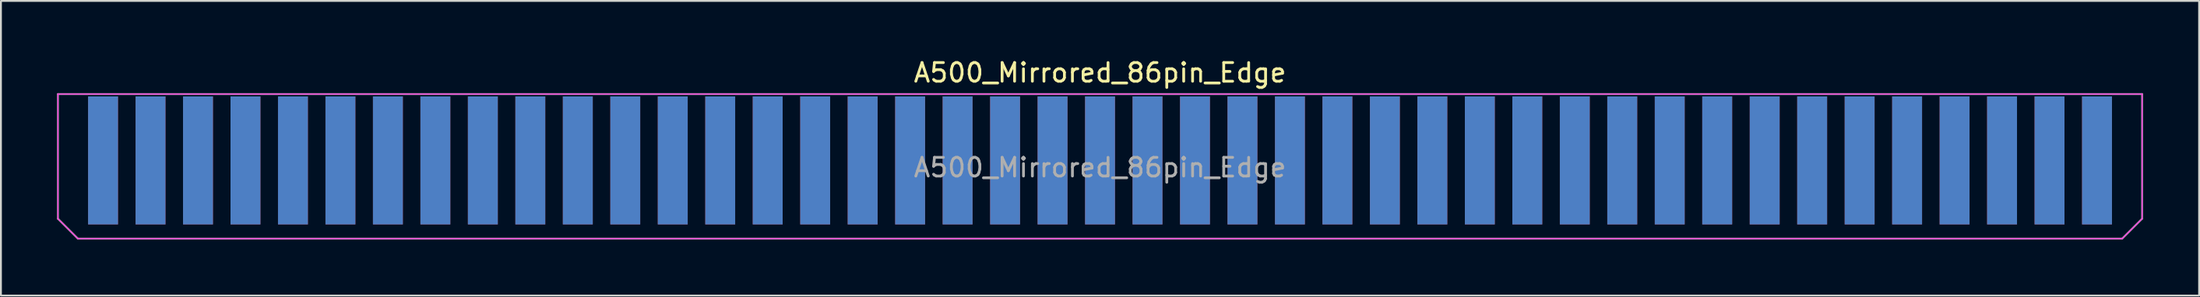
<source format=kicad_pcb>
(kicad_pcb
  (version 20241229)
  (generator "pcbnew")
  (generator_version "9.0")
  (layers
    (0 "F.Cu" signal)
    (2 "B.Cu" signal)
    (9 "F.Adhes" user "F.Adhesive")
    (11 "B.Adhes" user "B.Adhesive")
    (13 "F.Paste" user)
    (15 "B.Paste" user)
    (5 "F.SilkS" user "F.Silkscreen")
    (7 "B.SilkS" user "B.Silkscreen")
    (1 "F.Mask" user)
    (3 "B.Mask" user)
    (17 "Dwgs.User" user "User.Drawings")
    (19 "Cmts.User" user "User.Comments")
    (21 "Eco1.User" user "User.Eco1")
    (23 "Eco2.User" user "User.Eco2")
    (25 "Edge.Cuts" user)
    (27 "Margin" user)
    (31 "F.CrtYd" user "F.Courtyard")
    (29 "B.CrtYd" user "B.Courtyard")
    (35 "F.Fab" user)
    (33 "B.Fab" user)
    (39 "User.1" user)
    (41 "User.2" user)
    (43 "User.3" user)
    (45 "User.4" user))
  (footprint "A500_Mirrored_86pin_Edge"
    (layer "F.Cu")
    (at 55.803 5.928)
    (property "Reference" "A500_Mirrored_86pin_Edge" (at 0 -5.08 0) (layer "F.SilkS") (effects (font (size 1 1) (thickness 0.15))))
    (attr exclude_from_pos_files exclude_from_bom)
    (fp_line (start -55.753 -3.937) (end -55.753 2.743) (stroke (width 0.05) (type solid)) (layer "F.CrtYd"))
    (fp_line (start -55.753 -3.937) (end 55.753 -3.937) (stroke (width 0.05) (type solid)) (layer "F.CrtYd"))
    (fp_line (start -55.753 2.743) (end -54.686 3.81) (stroke (width 0.05) (type solid)) (layer "F.CrtYd"))
    (fp_line (start 54.686 3.81) (end -54.686 3.81) (stroke (width 0.05) (type solid)) (layer "F.CrtYd"))
    (fp_line (start 55.753 2.743) (end 54.686 3.81) (stroke (width 0.05) (type solid)) (layer "F.CrtYd"))
    (fp_line (start 55.753 2.743) (end 55.753 -3.937) (stroke (width 0.05) (type solid)) (layer "F.CrtYd"))
    (fp_line (start -55.753 -3.937) (end -55.753 2.743) (stroke (width 0.1) (type solid)) (layer "F.Fab"))
    (fp_line (start -54.686 3.81) (end -55.753 2.743) (stroke (width 0.1) (type solid)) (layer "F.Fab"))
    (fp_line (start 54.686 3.81) (end -54.686 3.81) (stroke (width 0.1) (type solid)) (layer "F.Fab"))
    (fp_line (start 55.753 -3.937) (end -55.753 -3.937) (stroke (width 0.1) (type solid)) (layer "F.Fab"))
    (fp_line (start 55.753 2.743) (end 54.686 3.81) (stroke (width 0.1) (type solid)) (layer "F.Fab"))
    (fp_line (start 55.753 2.743) (end 55.753 -3.937) (stroke (width 0.1) (type solid)) (layer "F.Fab"))
    (fp_text user "${REFERENCE}" (at 0 0 0) (layer "F.Fab") (effects (font (size 1 1) (thickness 0.15))))
    (pad "1" connect rect (at 53.34 -0.381) (size 1.6 6.86) (layers "F.Cu" "F.Mask"))
    (pad "2" connect rect (at 53.34 -0.381) (size 1.6 6.86) (layers "B.Cu" "B.Mask"))
    (pad "3" connect rect (at 50.8 -0.381) (size 1.6 6.86) (layers "F.Cu" "F.Mask"))
    (pad "4" connect rect (at 50.8 -0.381) (size 1.6 6.86) (layers "B.Cu" "B.Mask"))
    (pad "5" connect rect (at 48.26 -0.381) (size 1.6 6.86) (layers "F.Cu" "F.Mask"))
    (pad "6" connect rect (at 48.26 -0.381) (size 1.6 6.86) (layers "B.Cu" "B.Mask"))
    (pad "7" connect rect (at 45.72 -0.381) (size 1.6 6.86) (layers "F.Cu" "F.Mask"))
    (pad "8" connect rect (at 45.72 -0.381) (size 1.6 6.86) (layers "B.Cu" "B.Mask"))
    (pad "9" connect rect (at 43.18 -0.381) (size 1.6 6.86) (layers "F.Cu" "F.Mask"))
    (pad "10" connect rect (at 43.18 -0.381) (size 1.6 6.86) (layers "B.Cu" "B.Mask"))
    (pad "11" connect rect (at 40.64 -0.381) (size 1.6 6.86) (layers "F.Cu" "F.Mask"))
    (pad "12" connect rect (at 40.64 -0.381) (size 1.6 6.86) (layers "B.Cu" "B.Mask"))
    (pad "13" connect rect (at 38.1 -0.381) (size 1.6 6.86) (layers "F.Cu" "F.Mask"))
    (pad "14" connect rect (at 38.1 -0.381) (size 1.6 6.86) (layers "B.Cu" "B.Mask"))
    (pad "15" connect rect (at 35.56 -0.381) (size 1.6 6.86) (layers "F.Cu" "F.Mask"))
    (pad "16" connect rect (at 35.56 -0.381) (size 1.6 6.86) (layers "B.Cu" "B.Mask"))
    (pad "17" connect rect (at 33.02 -0.381) (size 1.6 6.86) (layers "F.Cu" "F.Mask"))
    (pad "18" connect rect (at 33.02 -0.381) (size 1.6 6.86) (layers "B.Cu" "B.Mask"))
    (pad "19" connect rect (at 30.48 -0.381) (size 1.6 6.86) (layers "F.Cu" "F.Mask"))
    (pad "20" connect rect (at 30.48 -0.381) (size 1.6 6.86) (layers "B.Cu" "B.Mask"))
    (pad "21" connect rect (at 27.94 -0.381) (size 1.6 6.86) (layers "F.Cu" "F.Mask"))
    (pad "22" connect rect (at 27.94 -0.381) (size 1.6 6.86) (layers "B.Cu" "B.Mask"))
    (pad "23" connect rect (at 25.4 -0.381) (size 1.6 6.86) (layers "F.Cu" "F.Mask"))
    (pad "24" connect rect (at 25.4 -0.381) (size 1.6 6.86) (layers "B.Cu" "B.Mask"))
    (pad "25" connect rect (at 22.86 -0.381) (size 1.6 6.86) (layers "F.Cu" "F.Mask"))
    (pad "26" connect rect (at 22.86 -0.381) (size 1.6 6.86) (layers "B.Cu" "B.Mask"))
    (pad "27" connect rect (at 20.32 -0.381) (size 1.6 6.86) (layers "F.Cu" "F.Mask"))
    (pad "28" connect rect (at 20.32 -0.381) (size 1.6 6.86) (layers "B.Cu" "B.Mask"))
    (pad "29" connect rect (at 17.78 -0.381) (size 1.6 6.86) (layers "F.Cu" "F.Mask"))
    (pad "30" connect rect (at 17.78 -0.381) (size 1.6 6.86) (layers "B.Cu" "B.Mask"))
    (pad "31" connect rect (at 15.24 -0.381) (size 1.6 6.86) (layers "F.Cu" "F.Mask"))
    (pad "32" connect rect (at 15.24 -0.381) (size 1.6 6.86) (layers "B.Cu" "B.Mask"))
    (pad "33" connect rect (at 12.7 -0.381) (size 1.6 6.86) (layers "F.Cu" "F.Mask"))
    (pad "34" connect rect (at 12.7 -0.381) (size 1.6 6.86) (layers "B.Cu" "B.Mask"))
    (pad "35" connect rect (at 10.16 -0.381) (size 1.6 6.86) (layers "F.Cu" "F.Mask"))
    (pad "36" connect rect (at 10.16 -0.381) (size 1.6 6.86) (layers "B.Cu" "B.Mask"))
    (pad "37" connect rect (at 7.62 -0.381) (size 1.6 6.86) (layers "F.Cu" "F.Mask"))
    (pad "38" connect rect (at 7.62 -0.381) (size 1.6 6.86) (layers "B.Cu" "B.Mask"))
    (pad "39" connect rect (at 5.08 -0.381) (size 1.6 6.86) (layers "F.Cu" "F.Mask"))
    (pad "40" connect rect (at 5.08 -0.381) (size 1.6 6.86) (layers "B.Cu" "B.Mask"))
    (pad "41" connect rect (at 2.54 -0.381) (size 1.6 6.86) (layers "F.Cu" "F.Mask"))
    (pad "42" connect rect (at 2.54 -0.381) (size 1.6 6.86) (layers "B.Cu" "B.Mask"))
    (pad "43" connect rect (at 0 -0.381) (size 1.6 6.86) (layers "F.Cu" "F.Mask"))
    (pad "44" connect rect (at 0 -0.381) (size 1.6 6.86) (layers "B.Cu" "B.Mask"))
    (pad "45" connect rect (at -2.54 -0.381) (size 1.6 6.86) (layers "F.Cu" "F.Mask"))
    (pad "46" connect rect (at -2.54 -0.381) (size 1.6 6.86) (layers "B.Cu" "B.Mask"))
    (pad "47" connect rect (at -5.08 -0.381) (size 1.6 6.86) (layers "F.Cu" "F.Mask"))
    (pad "48" connect rect (at -5.08 -0.381) (size 1.6 6.86) (layers "B.Cu" "B.Mask"))
    (pad "49" connect rect (at -7.62 -0.381) (size 1.6 6.86) (layers "F.Cu" "F.Mask"))
    (pad "50" connect rect (at -7.62 -0.381) (size 1.6 6.86) (layers "B.Cu" "B.Mask"))
    (pad "51" connect rect (at -10.16 -0.381) (size 1.6 6.86) (layers "F.Cu" "F.Mask"))
    (pad "52" connect rect (at -10.16 -0.381) (size 1.6 6.86) (layers "B.Cu" "B.Mask"))
    (pad "53" connect rect (at -12.7 -0.381) (size 1.6 6.86) (layers "F.Cu" "F.Mask"))
    (pad "54" connect rect (at -12.7 -0.381) (size 1.6 6.86) (layers "B.Cu" "B.Mask"))
    (pad "55" connect rect (at -15.24 -0.381) (size 1.6 6.86) (layers "F.Cu" "F.Mask"))
    (pad "56" connect rect (at -15.24 -0.381) (size 1.6 6.86) (layers "B.Cu" "B.Mask"))
    (pad "57" connect rect (at -17.78 -0.381) (size 1.6 6.86) (layers "F.Cu" "F.Mask"))
    (pad "58" connect rect (at -17.78 -0.381) (size 1.6 6.86) (layers "B.Cu" "B.Mask"))
    (pad "59" connect rect (at -20.32 -0.381) (size 1.6 6.86) (layers "F.Cu" "F.Mask"))
    (pad "60" connect rect (at -20.32 -0.381) (size 1.6 6.86) (layers "B.Cu" "B.Mask"))
    (pad "61" connect rect (at -22.86 -0.381) (size 1.6 6.86) (layers "F.Cu" "F.Mask"))
    (pad "62" connect rect (at -22.86 -0.381) (size 1.6 6.86) (layers "B.Cu" "B.Mask"))
    (pad "63" connect rect (at -25.4 -0.381) (size 1.6 6.86) (layers "F.Cu" "F.Mask"))
    (pad "64" connect rect (at -25.4 -0.381) (size 1.6 6.86) (layers "B.Cu" "B.Mask"))
    (pad "65" connect rect (at -27.94 -0.381) (size 1.6 6.86) (layers "F.Cu" "F.Mask"))
    (pad "66" connect rect (at -27.94 -0.381) (size 1.6 6.86) (layers "B.Cu" "B.Mask"))
    (pad "67" connect rect (at -30.48 -0.381) (size 1.6 6.86) (layers "F.Cu" "F.Mask"))
    (pad "68" connect rect (at -30.48 -0.381) (size 1.6 6.86) (layers "B.Cu" "B.Mask"))
    (pad "69" connect rect (at -33.02 -0.381) (size 1.6 6.86) (layers "F.Cu" "F.Mask"))
    (pad "70" connect rect (at -33.02 -0.381) (size 1.6 6.86) (layers "B.Cu" "B.Mask"))
    (pad "71" connect rect (at -35.56 -0.381) (size 1.6 6.86) (layers "F.Cu" "F.Mask"))
    (pad "72" connect rect (at -35.56 -0.381) (size 1.6 6.86) (layers "B.Cu" "B.Mask"))
    (pad "73" connect rect (at -38.1 -0.381) (size 1.6 6.86) (layers "F.Cu" "F.Mask"))
    (pad "74" connect rect (at -38.1 -0.381) (size 1.6 6.86) (layers "B.Cu" "B.Mask"))
    (pad "75" connect rect (at -40.64 -0.381) (size 1.6 6.86) (layers "F.Cu" "F.Mask"))
    (pad "76" connect rect (at -40.64 -0.381) (size 1.6 6.86) (layers "B.Cu" "B.Mask"))
    (pad "77" connect rect (at -43.18 -0.381) (size 1.6 6.86) (layers "F.Cu" "F.Mask"))
    (pad "78" connect rect (at -43.18 -0.381) (size 1.6 6.86) (layers "B.Cu" "B.Mask"))
    (pad "79" connect rect (at -45.72 -0.381) (size 1.6 6.86) (layers "F.Cu" "F.Mask"))
    (pad "80" connect rect (at -45.72 -0.381) (size 1.6 6.86) (layers "B.Cu" "B.Mask"))
    (pad "81" connect rect (at -48.26 -0.381) (size 1.6 6.86) (layers "F.Cu" "F.Mask"))
    (pad "82" connect rect (at -48.26 -0.381) (size 1.6 6.86) (layers "B.Cu" "B.Mask"))
    (pad "83" connect rect (at -50.8 -0.381) (size 1.6 6.86) (layers "F.Cu" "F.Mask"))
    (pad "84" connect rect (at -50.8 -0.381) (size 1.6 6.86) (layers "B.Cu" "B.Mask"))
    (pad "85" connect rect (at -53.34 -0.381) (size 1.6 6.86) (layers "F.Cu" "F.Mask"))
    (pad "86" connect rect (at -53.34 -0.381) (size 1.6 6.86) (layers "B.Cu" "B.Mask")))
  (gr_rect
    (start -3 -3)
    (end 114.606 12.788)
    (stroke (width 0.1) (type default))
    (fill no)
    (layer "Edge.Cuts")))
</source>
